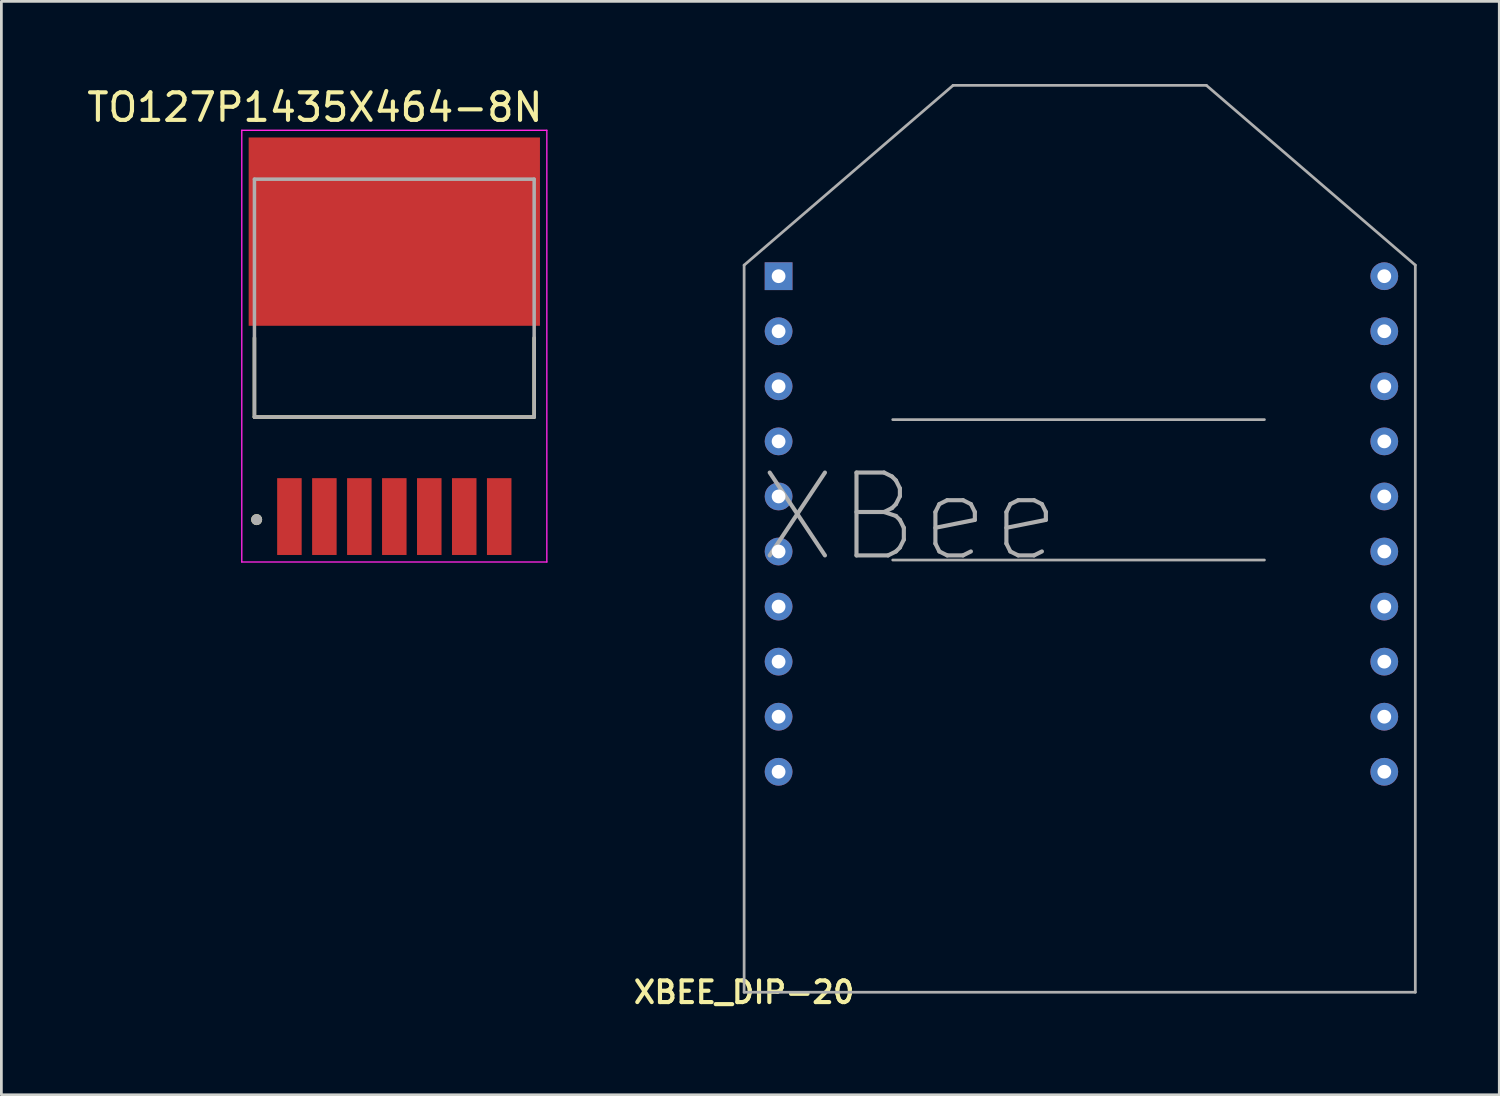
<source format=kicad_pcb>
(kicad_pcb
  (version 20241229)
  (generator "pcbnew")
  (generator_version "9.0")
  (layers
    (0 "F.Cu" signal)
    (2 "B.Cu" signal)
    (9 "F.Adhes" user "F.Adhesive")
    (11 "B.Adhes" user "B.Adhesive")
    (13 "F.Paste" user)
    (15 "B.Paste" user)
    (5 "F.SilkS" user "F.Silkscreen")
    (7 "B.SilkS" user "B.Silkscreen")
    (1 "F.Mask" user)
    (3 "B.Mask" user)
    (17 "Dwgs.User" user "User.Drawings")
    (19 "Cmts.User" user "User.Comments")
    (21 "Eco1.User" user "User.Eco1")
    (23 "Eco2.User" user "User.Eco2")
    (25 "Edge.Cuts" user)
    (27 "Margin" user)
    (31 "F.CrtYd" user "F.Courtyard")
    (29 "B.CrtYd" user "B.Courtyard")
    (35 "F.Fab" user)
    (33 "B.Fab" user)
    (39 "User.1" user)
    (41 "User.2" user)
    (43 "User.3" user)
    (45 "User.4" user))
  (footprint "XBEE_DIP-20"
    (layer "F.Cu")
    (at 23.976 32.991)
    (property "Reference" "XBEE_DIP-20" (at 0 0 0) (layer "F.SilkS") (effects (font (size 0.787 0.787) (thickness 0.15))))
    (attr through_hole)
    (fp_line (start 0.002 -26.41) (end 0.002 -0.001) (stroke (width 0.1) (type solid)) (layer "F.Fab"))
    (fp_line (start 0.002 -0.001) (end 24.381 -0.001) (stroke (width 0.1) (type solid)) (layer "F.Fab"))
    (fp_line (start 5.4 -20.8) (end 18.9 -20.8) (stroke (width 0.1) (type solid)) (layer "F.Fab"))
    (fp_line (start 5.4 -15.7) (end 18.9 -15.7) (stroke (width 0.1) (type solid)) (layer "F.Fab"))
    (fp_line (start 7.593 -32.941) (end 0.002 -26.41) (stroke (width 0.1) (type solid)) (layer "F.Fab"))
    (fp_line (start 16.791 -32.941) (end 7.593 -32.941) (stroke (width 0.1) (type solid)) (layer "F.Fab"))
    (fp_line (start 24.381 -26.411) (end 16.791 -32.941) (stroke (width 0.1) (type solid)) (layer "F.Fab"))
    (fp_line (start 24.381 -0.001) (end 24.381 -26.411) (stroke (width 0.1) (type solid)) (layer "F.Fab"))
    (fp_text user "XBee" (at 6.018 -17.252 0) (layer "F.Fab") (effects (font (size 3.009 3.009) (thickness 0.15))))
    (pad "1" thru_hole rect (at 1.254 -26.009) (size 1.008 1.008) (drill 0.5) (layers "*.Cu" "*.Mask"))
    (pad "2" thru_hole circle (at 1.254 -24.009) (size 1.008 1.008) (drill 0.5) (layers "*.Cu" "*.Mask"))
    (pad "3" thru_hole circle (at 1.254 -22.009) (size 1.008 1.008) (drill 0.5) (layers "*.Cu" "*.Mask"))
    (pad "4" thru_hole circle (at 1.254 -20.009) (size 1.008 1.008) (drill 0.5) (layers "*.Cu" "*.Mask"))
    (pad "5" thru_hole circle (at 1.254 -18.009) (size 1.008 1.008) (drill 0.5) (layers "*.Cu" "*.Mask"))
    (pad "6" thru_hole circle (at 1.254 -16.009) (size 1.008 1.008) (drill 0.5) (layers "*.Cu" "*.Mask"))
    (pad "7" thru_hole circle (at 1.254 -14.009) (size 1.008 1.008) (drill 0.5) (layers "*.Cu" "*.Mask"))
    (pad "8" thru_hole circle (at 1.254 -12.009) (size 1.008 1.008) (drill 0.5) (layers "*.Cu" "*.Mask"))
    (pad "9" thru_hole circle (at 1.254 -10.009) (size 1.008 1.008) (drill 0.5) (layers "*.Cu" "*.Mask"))
    (pad "10" thru_hole circle (at 1.254 -8.009) (size 1.008 1.008) (drill 0.5) (layers "*.Cu" "*.Mask"))
    (pad "11" thru_hole circle (at 23.254 -8.009) (size 1.008 1.008) (drill 0.5) (layers "*.Cu" "*.Mask"))
    (pad "12" thru_hole circle (at 23.254 -10.009) (size 1.008 1.008) (drill 0.5) (layers "*.Cu" "*.Mask"))
    (pad "13" thru_hole circle (at 23.254 -12.009) (size 1.008 1.008) (drill 0.5) (layers "*.Cu" "*.Mask"))
    (pad "14" thru_hole circle (at 23.254 -14.009) (size 1.008 1.008) (drill 0.5) (layers "*.Cu" "*.Mask"))
    (pad "15" thru_hole circle (at 23.254 -16.009) (size 1.008 1.008) (drill 0.5) (layers "*.Cu" "*.Mask"))
    (pad "16" thru_hole circle (at 23.254 -18.009) (size 1.008 1.008) (drill 0.5) (layers "*.Cu" "*.Mask"))
    (pad "17" thru_hole circle (at 23.254 -20.009) (size 1.008 1.008) (drill 0.5) (layers "*.Cu" "*.Mask"))
    (pad "18" thru_hole circle (at 23.254 -22.009) (size 1.008 1.008) (drill 0.5) (layers "*.Cu" "*.Mask"))
    (pad "19" thru_hole circle (at 23.254 -24.009) (size 1.008 1.008) (drill 0.5) (layers "*.Cu" "*.Mask"))
    (pad "20" thru_hole circle (at 23.254 -26.009) (size 1.008 1.008) (drill 0.5) (layers "*.Cu" "*.Mask")))
  (footprint "TO127P1435X464-8N"
    (layer "F.Cu")
    (at 11.272 9.523)
    (property "Reference" "TO127P1435X464-8N" (at -2.885 -8.675 0) (layer "F.SilkS") (effects (font (size 1 1) (thickness 0.15))))
    (attr through_hole)
    (fp_line (start -5.08 -0.3) (end -5.08 2.575) (stroke (width 0.127) (type solid)) (layer "F.SilkS"))
    (fp_line (start -5.08 2.575) (end 5.08 2.575) (stroke (width 0.127) (type solid)) (layer "F.SilkS"))
    (fp_line (start 5.08 2.575) (end 5.08 -0.3) (stroke (width 0.127) (type solid)) (layer "F.SilkS"))
    (fp_circle (center -5 6.3) (end -4.9 6.3) (stroke (width 0.2) (type solid)) (fill no) (layer "F.SilkS"))
    (fp_poly (pts (xy -5.03 -6.825) (xy -3.77 -6.825) (xy -3.77 -4.915) (xy -5.03 -4.915)) (stroke (width 0.01) (type solid)) (fill yes) (layer "F.Paste"))
    (fp_poly (pts (xy -5.03 -3.405) (xy -3.77 -3.405) (xy -3.77 -1.495) (xy -5.03 -1.495)) (stroke (width 0.01) (type solid)) (fill yes) (layer "F.Paste"))
    (fp_poly (pts (xy -3.27 -6.825) (xy -2.01 -6.825) (xy -2.01 -4.915) (xy -3.27 -4.915)) (stroke (width 0.01) (type solid)) (fill yes) (layer "F.Paste"))
    (fp_poly (pts (xy -3.27 -3.405) (xy -2.01 -3.405) (xy -2.01 -1.495) (xy -3.27 -1.495)) (stroke (width 0.01) (type solid)) (fill yes) (layer "F.Paste"))
    (fp_poly (pts (xy -1.51 -6.825) (xy -0.25 -6.825) (xy -0.25 -4.915) (xy -1.51 -4.915)) (stroke (width 0.01) (type solid)) (fill yes) (layer "F.Paste"))
    (fp_poly (pts (xy -1.51 -3.405) (xy -0.25 -3.405) (xy -0.25 -1.495) (xy -1.51 -1.495)) (stroke (width 0.01) (type solid)) (fill yes) (layer "F.Paste"))
    (fp_poly (pts (xy 0.25 -6.825) (xy 1.51 -6.825) (xy 1.51 -4.915) (xy 0.25 -4.915)) (stroke (width 0.01) (type solid)) (fill yes) (layer "F.Paste"))
    (fp_poly (pts (xy 0.25 -3.405) (xy 1.51 -3.405) (xy 1.51 -1.495) (xy 0.25 -1.495)) (stroke (width 0.01) (type solid)) (fill yes) (layer "F.Paste"))
    (fp_poly (pts (xy 2.01 -6.825) (xy 3.27 -6.825) (xy 3.27 -4.915) (xy 2.01 -4.915)) (stroke (width 0.01) (type solid)) (fill yes) (layer "F.Paste"))
    (fp_poly (pts (xy 2.01 -3.405) (xy 3.27 -3.405) (xy 3.27 -1.495) (xy 2.01 -1.495)) (stroke (width 0.01) (type solid)) (fill yes) (layer "F.Paste"))
    (fp_poly (pts (xy 3.77 -6.825) (xy 5.03 -6.825) (xy 5.03 -4.915) (xy 3.77 -4.915)) (stroke (width 0.01) (type solid)) (fill yes) (layer "F.Paste"))
    (fp_poly (pts (xy 3.77 -3.405) (xy 5.03 -3.405) (xy 5.03 -1.495) (xy 3.77 -1.495)) (stroke (width 0.01) (type solid)) (fill yes) (layer "F.Paste"))
    (fp_line (start -5.54 -7.84) (end 5.54 -7.84) (stroke (width 0.05) (type solid)) (layer "F.CrtYd"))
    (fp_line (start -5.54 7.84) (end -5.54 -7.84) (stroke (width 0.05) (type solid)) (layer "F.CrtYd"))
    (fp_line (start 5.54 -7.84) (end 5.54 7.84) (stroke (width 0.05) (type solid)) (layer "F.CrtYd"))
    (fp_line (start 5.54 7.84) (end -5.54 7.84) (stroke (width 0.05) (type solid)) (layer "F.CrtYd"))
    (fp_line (start -5.08 -6.065) (end 5.08 -6.065) (stroke (width 0.127) (type solid)) (layer "F.Fab"))
    (fp_line (start -5.08 2.575) (end -5.08 -6.065) (stroke (width 0.127) (type solid)) (layer "F.Fab"))
    (fp_line (start -5.08 2.575) (end 5.08 2.575) (stroke (width 0.127) (type solid)) (layer "F.Fab"))
    (fp_line (start 5.08 -6.065) (end 5.08 2.575) (stroke (width 0.127) (type solid)) (layer "F.Fab"))
    (fp_circle (center -5 6.3) (end -4.9 6.3) (stroke (width 0.2) (type solid)) (fill no) (layer "F.Fab"))
    (pad "1" smd rect (at -3.81 6.19) (size 0.89 2.79) (layers "F.Cu" "F.Mask" "F.Paste"))
    (pad "2" smd rect (at -2.54 6.19) (size 0.89 2.79) (layers "F.Cu" "F.Mask" "F.Paste"))
    (pad "3" smd rect (at -1.27 6.19) (size 0.89 2.79) (layers "F.Cu" "F.Mask" "F.Paste"))
    (pad "4" smd rect (at 0 6.19) (size 0.89 2.79) (layers "F.Cu" "F.Mask" "F.Paste"))
    (pad "5" smd rect (at 1.27 6.19) (size 0.89 2.79) (layers "F.Cu" "F.Mask" "F.Paste"))
    (pad "6" smd rect (at 2.54 6.19) (size 0.89 2.79) (layers "F.Cu" "F.Mask" "F.Paste"))
    (pad "7" smd rect (at 3.81 6.19) (size 0.89 2.79) (layers "F.Cu" "F.Mask" "F.Paste"))
    (pad "8" smd rect (at 0 -4.16) (size 10.58 6.84) (layers "F.Cu" "F.Mask")))
  (gr_rect
    (start -3 -3)
    (end 51.407 36.715)
    (stroke (width 0.1) (type default))
    (fill no)
    (layer "Edge.Cuts")))
</source>
